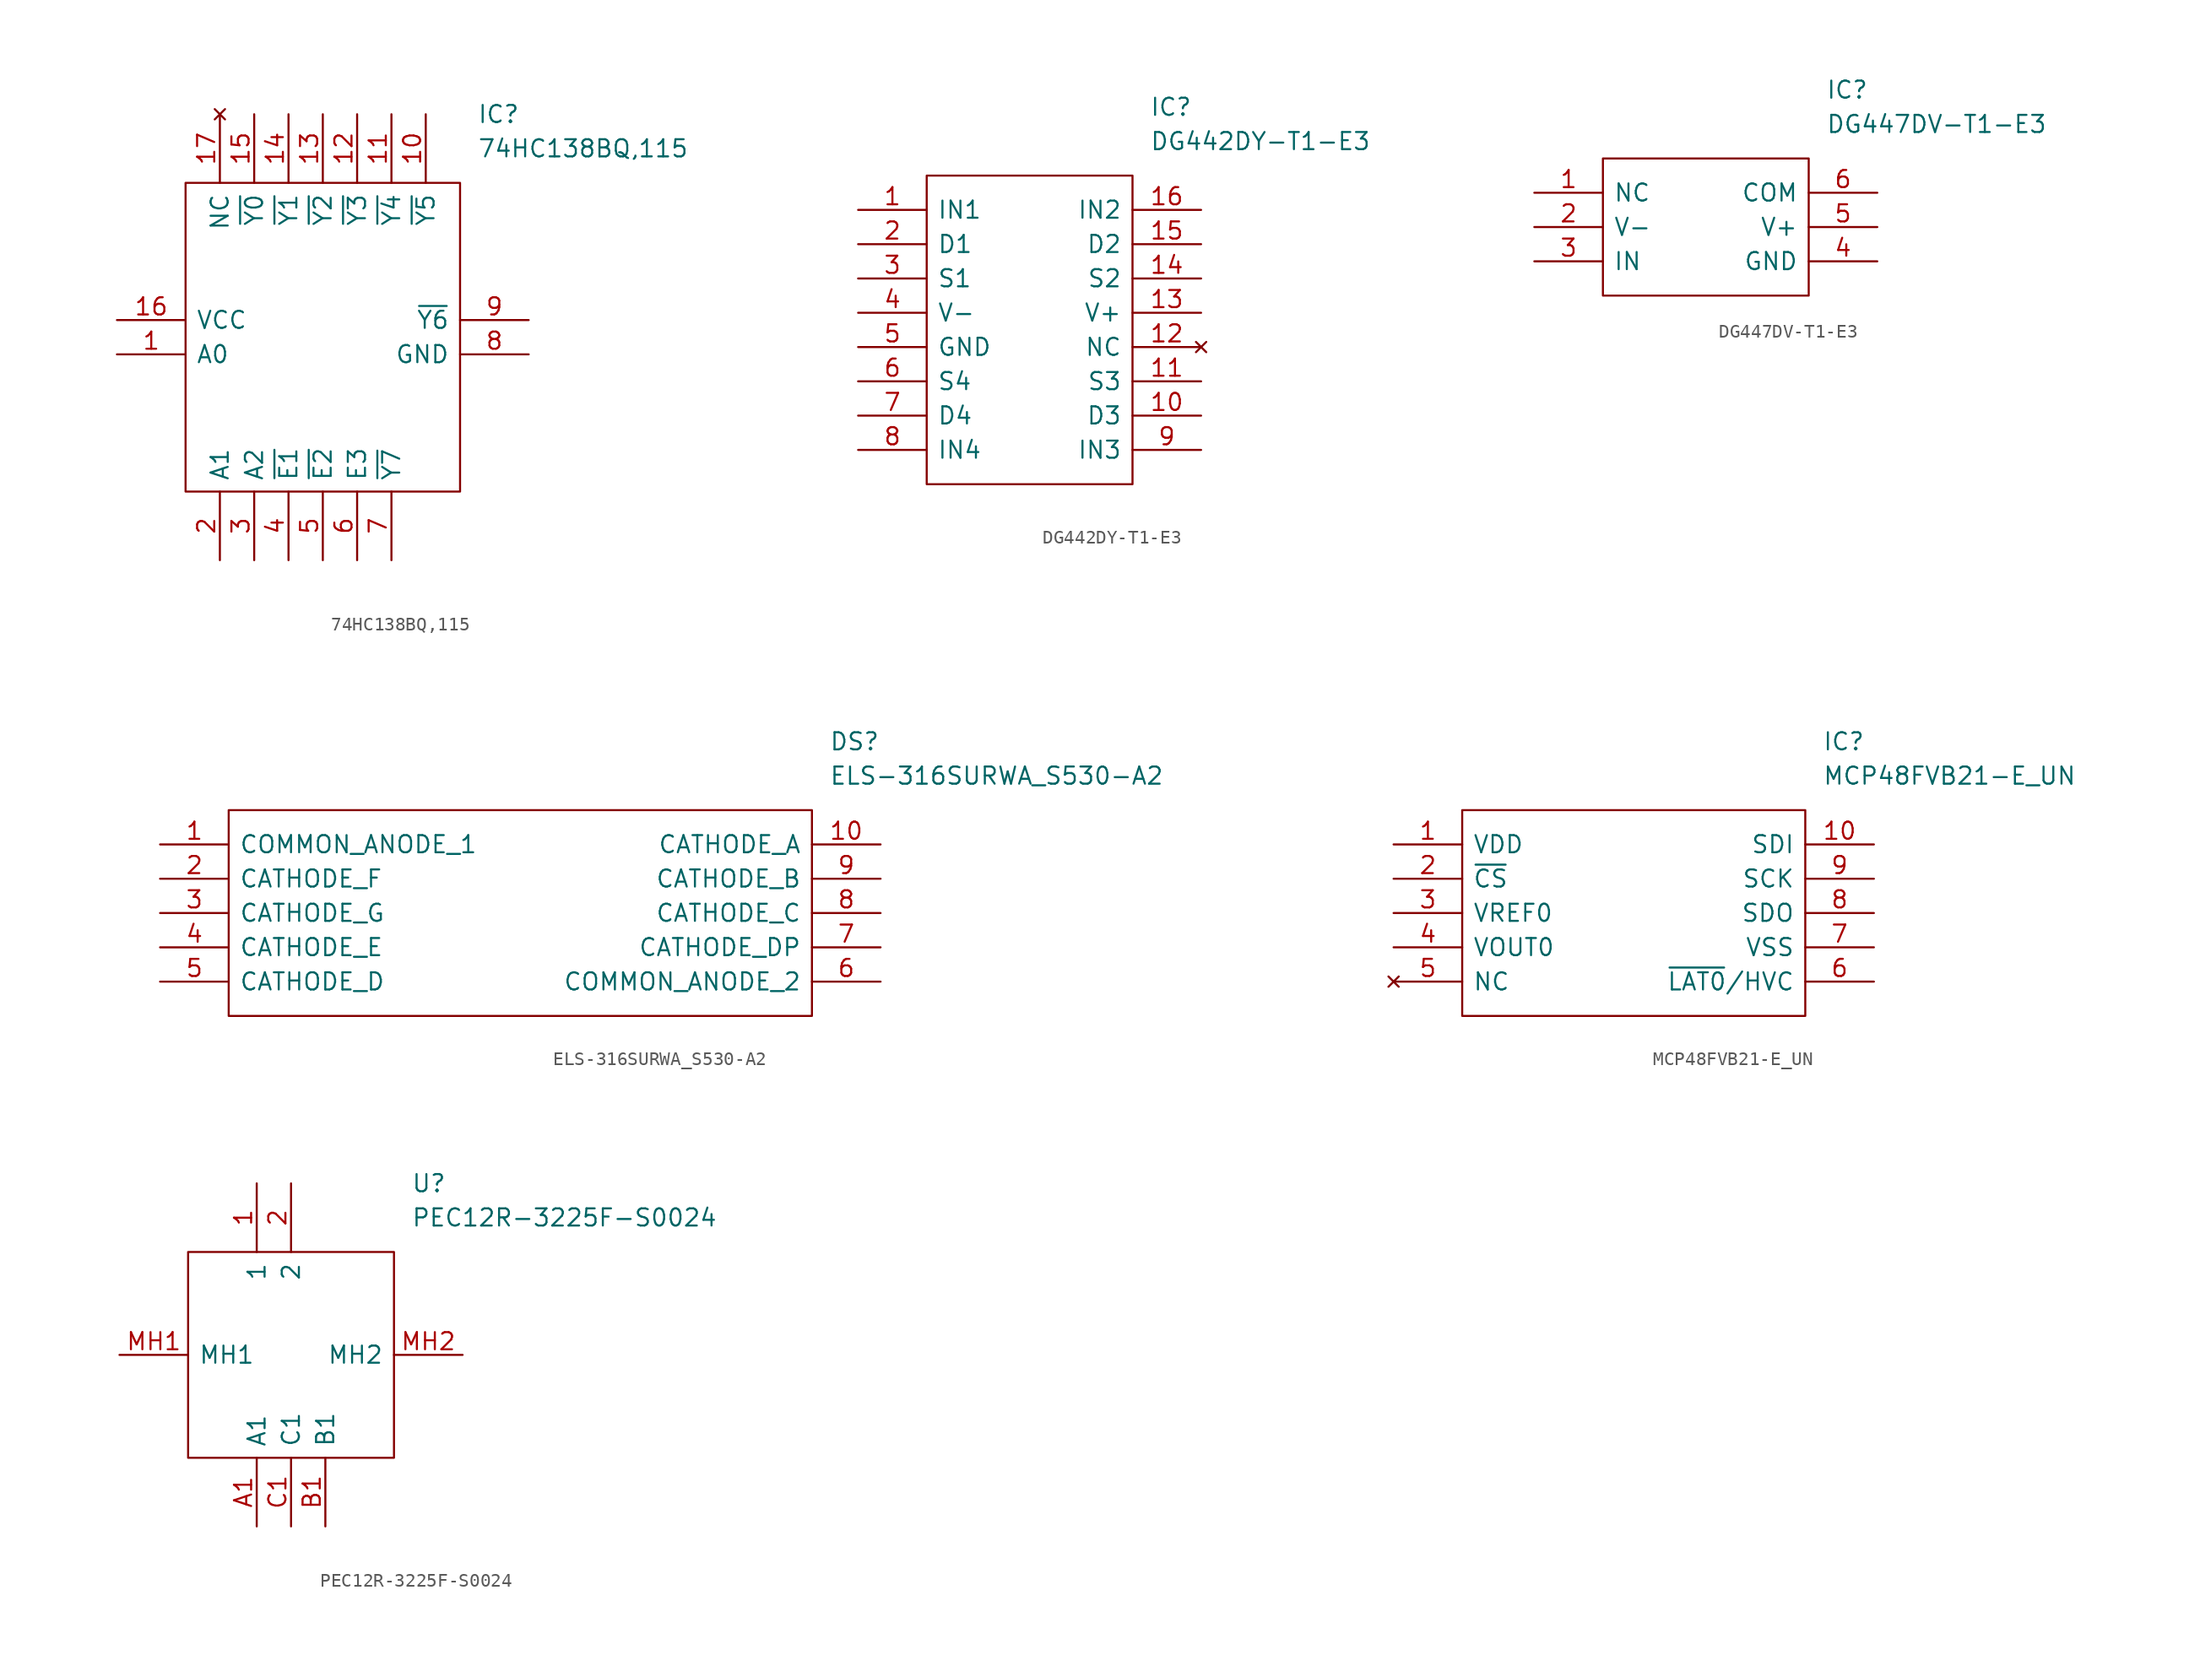
<source format=kicad_sym>
(kicad_symbol_lib
  (version 20211014)
  (generator kicad_symbol_editor)
  (symbol "74HC138BQ,115"
    (pin_names
      (offset 0.762))
    (property "Reference" "IC"
      (at 26.67 15.24 0)
      (effects (font (size 1.27 1.27)) (justify left)))
    (property "Value" "74HC138BQ,115"
      (at 26.67 12.7 0)
      (effects (font (size 1.27 1.27)) (justify left)))
    (symbol "74HC138BQ,115_0_0"
      (pin passive line (at 0 -2.54 0) (length 5.08) (name "A0" (effects (font (size 1.27 1.27)))) (number "1" (effects (font (size 1.27 1.27)))))
      (pin passive line (at 22.86 15.24 270) (length 5.08) (name "~{Y5}" (effects (font (size 1.27 1.27)))) (number "10" (effects (font (size 1.27 1.27)))))
      (pin passive line (at 20.32 15.24 270) (length 5.08) (name "~{Y4}" (effects (font (size 1.27 1.27)))) (number "11" (effects (font (size 1.27 1.27)))))
      (pin passive line (at 17.78 15.24 270) (length 5.08) (name "~{Y3}" (effects (font (size 1.27 1.27)))) (number "12" (effects (font (size 1.27 1.27)))))
      (pin passive line (at 15.24 15.24 270) (length 5.08) (name "~{Y2}" (effects (font (size 1.27 1.27)))) (number "13" (effects (font (size 1.27 1.27)))))
      (pin passive line (at 12.7 15.24 270) (length 5.08) (name "~{Y1}" (effects (font (size 1.27 1.27)))) (number "14" (effects (font (size 1.27 1.27)))))
      (pin passive line (at 10.16 15.24 270) (length 5.08) (name "~{Y0}" (effects (font (size 1.27 1.27)))) (number "15" (effects (font (size 1.27 1.27)))))
      (pin passive line (at 0 0 0) (length 5.08) (name "VCC" (effects (font (size 1.27 1.27)))) (number "16" (effects (font (size 1.27 1.27)))))
      (pin no_connect line (at 7.62 15.24 270) (length 5.08) (name "NC" (effects (font (size 1.27 1.27)))) (number "17" (effects (font (size 1.27 1.27)))))
      (pin passive line (at 7.62 -17.78 90) (length 5.08) (name "A1" (effects (font (size 1.27 1.27)))) (number "2" (effects (font (size 1.27 1.27)))))
      (pin passive line (at 10.16 -17.78 90) (length 5.08) (name "A2" (effects (font (size 1.27 1.27)))) (number "3" (effects (font (size 1.27 1.27)))))
      (pin passive line (at 12.7 -17.78 90) (length 5.08) (name "~{E1}" (effects (font (size 1.27 1.27)))) (number "4" (effects (font (size 1.27 1.27)))))
      (pin passive line (at 15.24 -17.78 90) (length 5.08) (name "~{E2}" (effects (font (size 1.27 1.27)))) (number "5" (effects (font (size 1.27 1.27)))))
      (pin passive line (at 17.78 -17.78 90) (length 5.08) (name "E3" (effects (font (size 1.27 1.27)))) (number "6" (effects (font (size 1.27 1.27)))))
      (pin passive line (at 20.32 -17.78 90) (length 5.08) (name "~{Y7}" (effects (font (size 1.27 1.27)))) (number "7" (effects (font (size 1.27 1.27)))))
      (pin passive line (at 30.48 -2.54 180) (length 5.08) (name "GND" (effects (font (size 1.27 1.27)))) (number "8" (effects (font (size 1.27 1.27)))))
      (pin passive line (at 30.48 0 180) (length 5.08) (name "~{Y6}" (effects (font (size 1.27 1.27)))) (number "9" (effects (font (size 1.27 1.27))))))
    (symbol "74HC138BQ,115_0_1"
      (polyline (pts (xy 5.08 10.16) (xy 25.4 10.16) (xy 25.4 -12.7) (xy 5.08 -12.7) (xy 5.08 10.16)) (stroke (width 0.152) (type default) (color 0 0 0 0)) (fill (type none)))))
  (symbol "DG442DY-T1-E3"
    (pin_names
      (offset 0.762))
    (property "Reference" "IC"
      (at 21.59 7.62 0)
      (effects (font (size 1.27 1.27)) (justify left)))
    (property "Value" "DG442DY-T1-E3"
      (at 21.59 5.08 0)
      (effects (font (size 1.27 1.27)) (justify left)))
    (symbol "DG442DY-T1-E3_0_0"
      (pin passive line (at 0 0 0) (length 5.08) (name "IN1" (effects (font (size 1.27 1.27)))) (number "1" (effects (font (size 1.27 1.27)))))
      (pin passive line (at 25.4 -15.24 180) (length 5.08) (name "D3" (effects (font (size 1.27 1.27)))) (number "10" (effects (font (size 1.27 1.27)))))
      (pin passive line (at 25.4 -12.7 180) (length 5.08) (name "S3" (effects (font (size 1.27 1.27)))) (number "11" (effects (font (size 1.27 1.27)))))
      (pin no_connect line (at 25.4 -10.16 180) (length 5.08) (name "NC" (effects (font (size 1.27 1.27)))) (number "12" (effects (font (size 1.27 1.27)))))
      (pin passive line (at 25.4 -7.62 180) (length 5.08) (name "V+" (effects (font (size 1.27 1.27)))) (number "13" (effects (font (size 1.27 1.27)))))
      (pin passive line (at 25.4 -5.08 180) (length 5.08) (name "S2" (effects (font (size 1.27 1.27)))) (number "14" (effects (font (size 1.27 1.27)))))
      (pin passive line (at 25.4 -2.54 180) (length 5.08) (name "D2" (effects (font (size 1.27 1.27)))) (number "15" (effects (font (size 1.27 1.27)))))
      (pin passive line (at 25.4 0 180) (length 5.08) (name "IN2" (effects (font (size 1.27 1.27)))) (number "16" (effects (font (size 1.27 1.27)))))
      (pin passive line (at 0 -2.54 0) (length 5.08) (name "D1" (effects (font (size 1.27 1.27)))) (number "2" (effects (font (size 1.27 1.27)))))
      (pin passive line (at 0 -5.08 0) (length 5.08) (name "S1" (effects (font (size 1.27 1.27)))) (number "3" (effects (font (size 1.27 1.27)))))
      (pin passive line (at 0 -7.62 0) (length 5.08) (name "V-" (effects (font (size 1.27 1.27)))) (number "4" (effects (font (size 1.27 1.27)))))
      (pin passive line (at 0 -10.16 0) (length 5.08) (name "GND" (effects (font (size 1.27 1.27)))) (number "5" (effects (font (size 1.27 1.27)))))
      (pin passive line (at 0 -12.7 0) (length 5.08) (name "S4" (effects (font (size 1.27 1.27)))) (number "6" (effects (font (size 1.27 1.27)))))
      (pin passive line (at 0 -15.24 0) (length 5.08) (name "D4" (effects (font (size 1.27 1.27)))) (number "7" (effects (font (size 1.27 1.27)))))
      (pin passive line (at 0 -17.78 0) (length 5.08) (name "IN4" (effects (font (size 1.27 1.27)))) (number "8" (effects (font (size 1.27 1.27)))))
      (pin passive line (at 25.4 -17.78 180) (length 5.08) (name "IN3" (effects (font (size 1.27 1.27)))) (number "9" (effects (font (size 1.27 1.27))))))
    (symbol "DG442DY-T1-E3_0_1"
      (polyline (pts (xy 5.08 2.54) (xy 20.32 2.54) (xy 20.32 -20.32) (xy 5.08 -20.32) (xy 5.08 2.54)) (stroke (width 0.152) (type default) (color 0 0 0 0)) (fill (type none)))))
  (symbol "DG447DV-T1-E3"
    (pin_names
      (offset 0.762))
    (property "Reference" "IC"
      (at 21.59 7.62 0)
      (effects (font (size 1.27 1.27)) (justify left)))
    (property "Value" "DG447DV-T1-E3"
      (at 21.59 5.08 0)
      (effects (font (size 1.27 1.27)) (justify left)))
    (symbol "DG447DV-T1-E3_0_0"
      (pin input line (at 0 0 0) (length 5.08) (name "NC" (effects (font (size 1.27 1.27)))) (number "1" (effects (font (size 1.27 1.27)))))
      (pin power_in line (at 0 -2.54 0) (length 5.08) (name "V-" (effects (font (size 1.27 1.27)))) (number "2" (effects (font (size 1.27 1.27)))))
      (pin input line (at 0 -5.08 0) (length 5.08) (name "IN" (effects (font (size 1.27 1.27)))) (number "3" (effects (font (size 1.27 1.27)))))
      (pin power_in line (at 25.4 -5.08 180) (length 5.08) (name "GND" (effects (font (size 1.27 1.27)))) (number "4" (effects (font (size 1.27 1.27)))))
      (pin power_in line (at 25.4 -2.54 180) (length 5.08) (name "V+" (effects (font (size 1.27 1.27)))) (number "5" (effects (font (size 1.27 1.27)))))
      (pin passive line (at 25.4 0 180) (length 5.08) (name "COM" (effects (font (size 1.27 1.27)))) (number "6" (effects (font (size 1.27 1.27))))))
    (symbol "DG447DV-T1-E3_0_1"
      (polyline (pts (xy 5.08 2.54) (xy 20.32 2.54) (xy 20.32 -7.62) (xy 5.08 -7.62) (xy 5.08 2.54)) (stroke (width 0.152) (type default) (color 0 0 0 0)) (fill (type none)))))
  (symbol "ELS-316SURWA_S530-A2"
    (pin_names
      (offset 0.762))
    (property "Reference" "DS"
      (at 49.53 7.62 0)
      (effects (font (size 1.27 1.27)) (justify left)))
    (property "Value" "ELS-316SURWA_S530-A2"
      (at 49.53 5.08 0)
      (effects (font (size 1.27 1.27)) (justify left)))
    (symbol "ELS-316SURWA_S530-A2_0_0"
      (pin passive line (at 0 0 0) (length 5.08) (name "COMMON_ANODE_1" (effects (font (size 1.27 1.27)))) (number "1" (effects (font (size 1.27 1.27)))))
      (pin passive line (at 53.34 0 180) (length 5.08) (name "CATHODE_A" (effects (font (size 1.27 1.27)))) (number "10" (effects (font (size 1.27 1.27)))))
      (pin passive line (at 0 -2.54 0) (length 5.08) (name "CATHODE_F" (effects (font (size 1.27 1.27)))) (number "2" (effects (font (size 1.27 1.27)))))
      (pin passive line (at 0 -5.08 0) (length 5.08) (name "CATHODE_G" (effects (font (size 1.27 1.27)))) (number "3" (effects (font (size 1.27 1.27)))))
      (pin passive line (at 0 -7.62 0) (length 5.08) (name "CATHODE_E" (effects (font (size 1.27 1.27)))) (number "4" (effects (font (size 1.27 1.27)))))
      (pin passive line (at 0 -10.16 0) (length 5.08) (name "CATHODE_D" (effects (font (size 1.27 1.27)))) (number "5" (effects (font (size 1.27 1.27)))))
      (pin passive line (at 53.34 -10.16 180) (length 5.08) (name "COMMON_ANODE_2" (effects (font (size 1.27 1.27)))) (number "6" (effects (font (size 1.27 1.27)))))
      (pin passive line (at 53.34 -7.62 180) (length 5.08) (name "CATHODE_DP" (effects (font (size 1.27 1.27)))) (number "7" (effects (font (size 1.27 1.27)))))
      (pin passive line (at 53.34 -5.08 180) (length 5.08) (name "CATHODE_C" (effects (font (size 1.27 1.27)))) (number "8" (effects (font (size 1.27 1.27)))))
      (pin passive line (at 53.34 -2.54 180) (length 5.08) (name "CATHODE_B" (effects (font (size 1.27 1.27)))) (number "9" (effects (font (size 1.27 1.27))))))
    (symbol "ELS-316SURWA_S530-A2_0_1"
      (polyline (pts (xy 5.08 2.54) (xy 48.26 2.54) (xy 48.26 -12.7) (xy 5.08 -12.7) (xy 5.08 2.54)) (stroke (width 0.152) (type default) (color 0 0 0 0)) (fill (type none)))))
  (symbol "MCP48FVB21-E_UN"
    (pin_names
      (offset 0.762))
    (property "Reference" "IC"
      (at 31.75 7.62 0)
      (effects (font (size 1.27 1.27)) (justify left)))
    (property "Value" "MCP48FVB21-E_UN"
      (at 31.75 5.08 0)
      (effects (font (size 1.27 1.27)) (justify left)))
    (symbol "MCP48FVB21-E_UN_0_0"
      (pin passive line (at 0 0 0) (length 5.08) (name "VDD" (effects (font (size 1.27 1.27)))) (number "1" (effects (font (size 1.27 1.27)))))
      (pin passive line (at 35.56 0 180) (length 5.08) (name "SDI" (effects (font (size 1.27 1.27)))) (number "10" (effects (font (size 1.27 1.27)))))
      (pin passive line (at 0 -2.54 0) (length 5.08) (name "~{CS}" (effects (font (size 1.27 1.27)))) (number "2" (effects (font (size 1.27 1.27)))))
      (pin passive line (at 0 -5.08 0) (length 5.08) (name "VREF0" (effects (font (size 1.27 1.27)))) (number "3" (effects (font (size 1.27 1.27)))))
      (pin passive line (at 0 -7.62 0) (length 5.08) (name "VOUT0" (effects (font (size 1.27 1.27)))) (number "4" (effects (font (size 1.27 1.27)))))
      (pin no_connect line (at 0 -10.16 0) (length 5.08) (name "NC" (effects (font (size 1.27 1.27)))) (number "5" (effects (font (size 1.27 1.27)))))
      (pin passive line (at 35.56 -10.16 180) (length 5.08) (name "~{LAT0}/HVC" (effects (font (size 1.27 1.27)))) (number "6" (effects (font (size 1.27 1.27)))))
      (pin passive line (at 35.56 -7.62 180) (length 5.08) (name "VSS" (effects (font (size 1.27 1.27)))) (number "7" (effects (font (size 1.27 1.27)))))
      (pin passive line (at 35.56 -5.08 180) (length 5.08) (name "SDO" (effects (font (size 1.27 1.27)))) (number "8" (effects (font (size 1.27 1.27)))))
      (pin passive line (at 35.56 -2.54 180) (length 5.08) (name "SCK" (effects (font (size 1.27 1.27)))) (number "9" (effects (font (size 1.27 1.27))))))
    (symbol "MCP48FVB21-E_UN_0_1"
      (polyline (pts (xy 5.08 2.54) (xy 30.48 2.54) (xy 30.48 -12.7) (xy 5.08 -12.7) (xy 5.08 2.54)) (stroke (width 0.152) (type default) (color 0 0 0 0)) (fill (type none)))))
  (symbol "PEC12R-3225F-S0024"
    (pin_names
      (offset 0.762))
    (property "Reference" "U"
      (at 21.59 12.7 0)
      (effects (font (size 1.27 1.27)) (justify left)))
    (property "Value" "PEC12R-3225F-S0024"
      (at 21.59 10.16 0)
      (effects (font (size 1.27 1.27)) (justify left)))
    (symbol "PEC12R-3225F-S0024_0_0"
      (pin passive line (at 10.16 12.7 270) (length 5.08) (name "1" (effects (font (size 1.27 1.27)))) (number "1" (effects (font (size 1.27 1.27)))))
      (pin passive line (at 12.7 12.7 270) (length 5.08) (name "2" (effects (font (size 1.27 1.27)))) (number "2" (effects (font (size 1.27 1.27)))))
      (pin passive line (at 10.16 -12.7 90) (length 5.08) (name "A1" (effects (font (size 1.27 1.27)))) (number "A1" (effects (font (size 1.27 1.27)))))
      (pin passive line (at 15.24 -12.7 90) (length 5.08) (name "B1" (effects (font (size 1.27 1.27)))) (number "B1" (effects (font (size 1.27 1.27)))))
      (pin passive line (at 12.7 -12.7 90) (length 5.08) (name "C1" (effects (font (size 1.27 1.27)))) (number "C1" (effects (font (size 1.27 1.27)))))
      (pin passive line (at 0 0 0) (length 5.08) (name "MH1" (effects (font (size 1.27 1.27)))) (number "MH1" (effects (font (size 1.27 1.27)))))
      (pin passive line (at 25.4 0 180) (length 5.08) (name "MH2" (effects (font (size 1.27 1.27)))) (number "MH2" (effects (font (size 1.27 1.27))))))
    (symbol "PEC12R-3225F-S0024_0_1"
      (polyline (pts (xy 5.08 7.62) (xy 20.32 7.62) (xy 20.32 -7.62) (xy 5.08 -7.62) (xy 5.08 7.62)) (stroke (width 0.152) (type default) (color 0 0 0 0)) (fill (type none))))))
</source>
